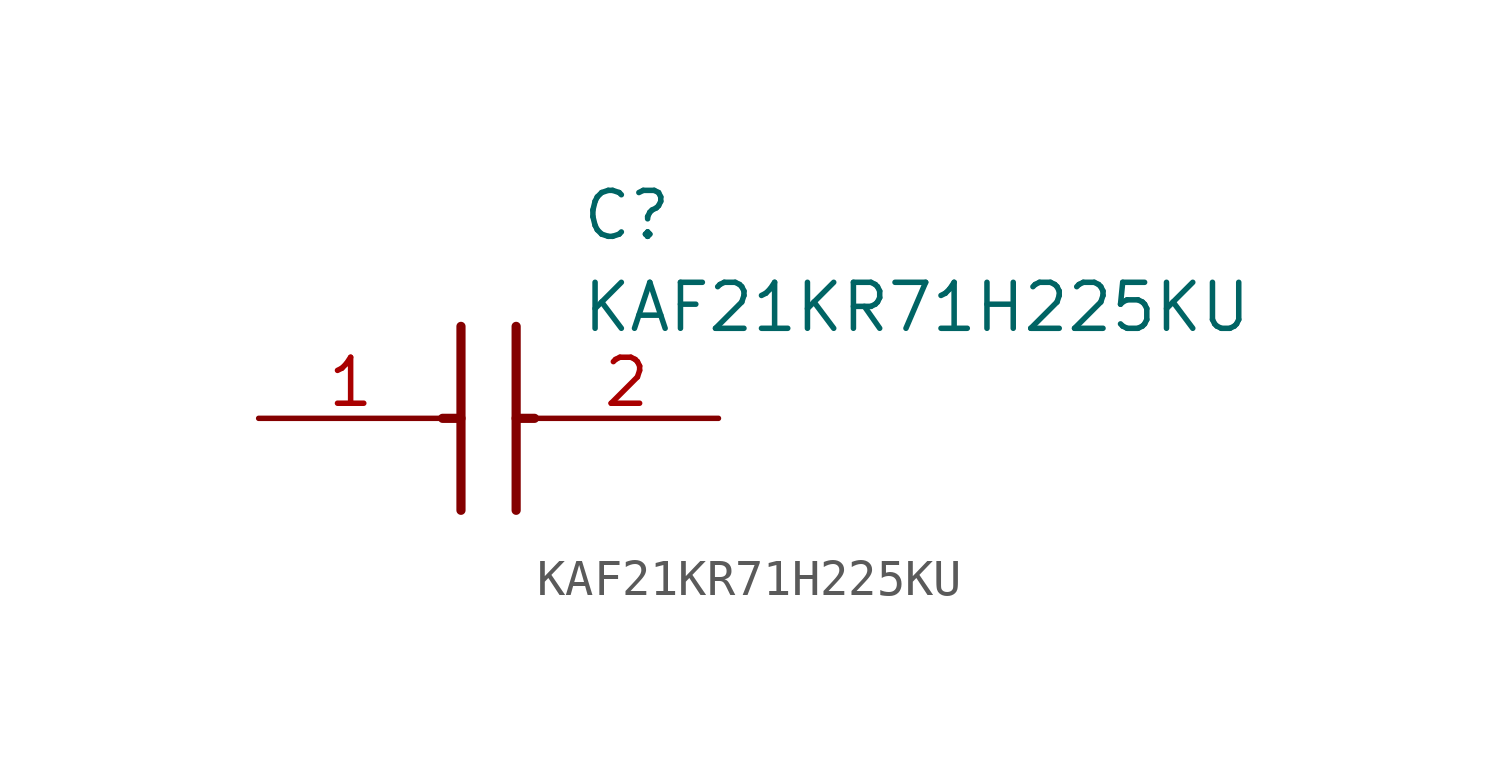
<source format=kicad_sym>
(kicad_symbol_lib
  (version 20211014)
  (generator SamacSys_ECAD_Model)
  (symbol "KAF21KR71H225KU"
    (pin_names hide)
    (property "Reference" "C"
      (at 8.89 6.35 0)
      (effects (font (size 1.27 1.27)) (justify left top)))
    (property "Value" "KAF21KR71H225KU"
      (at 8.89 3.81 0)
      (effects (font (size 1.27 1.27)) (justify left top)))
    (polyline
      (pts (xy 5.588 2.54) (xy 5.588 -2.54))
      (stroke (width 0.254) (type default))
      (fill (type none)))
    (polyline
      (pts (xy 7.112 2.54) (xy 7.112 -2.54))
      (stroke (width 0.254) (type default))
      (fill (type none)))
    (polyline
      (pts (xy 5.08 0) (xy 5.588 0))
      (stroke (width 0.254) (type default))
      (fill (type none)))
    (polyline
      (pts (xy 7.112 0) (xy 7.62 0))
      (stroke (width 0.254) (type default))
      (fill (type none)))
    (pin passive line
      (at 0 0 0)
      (length 5.08)
      (name "1" (effects (font (size 1.27 1.27))))
      (number "1" (effects (font (size 1.27 1.27)))))
    (pin passive line
      (at 12.7 0 180)
      (length 5.08)
      (name "2" (effects (font (size 1.27 1.27))))
      (number "2" (effects (font (size 1.27 1.27)))))))
</source>
